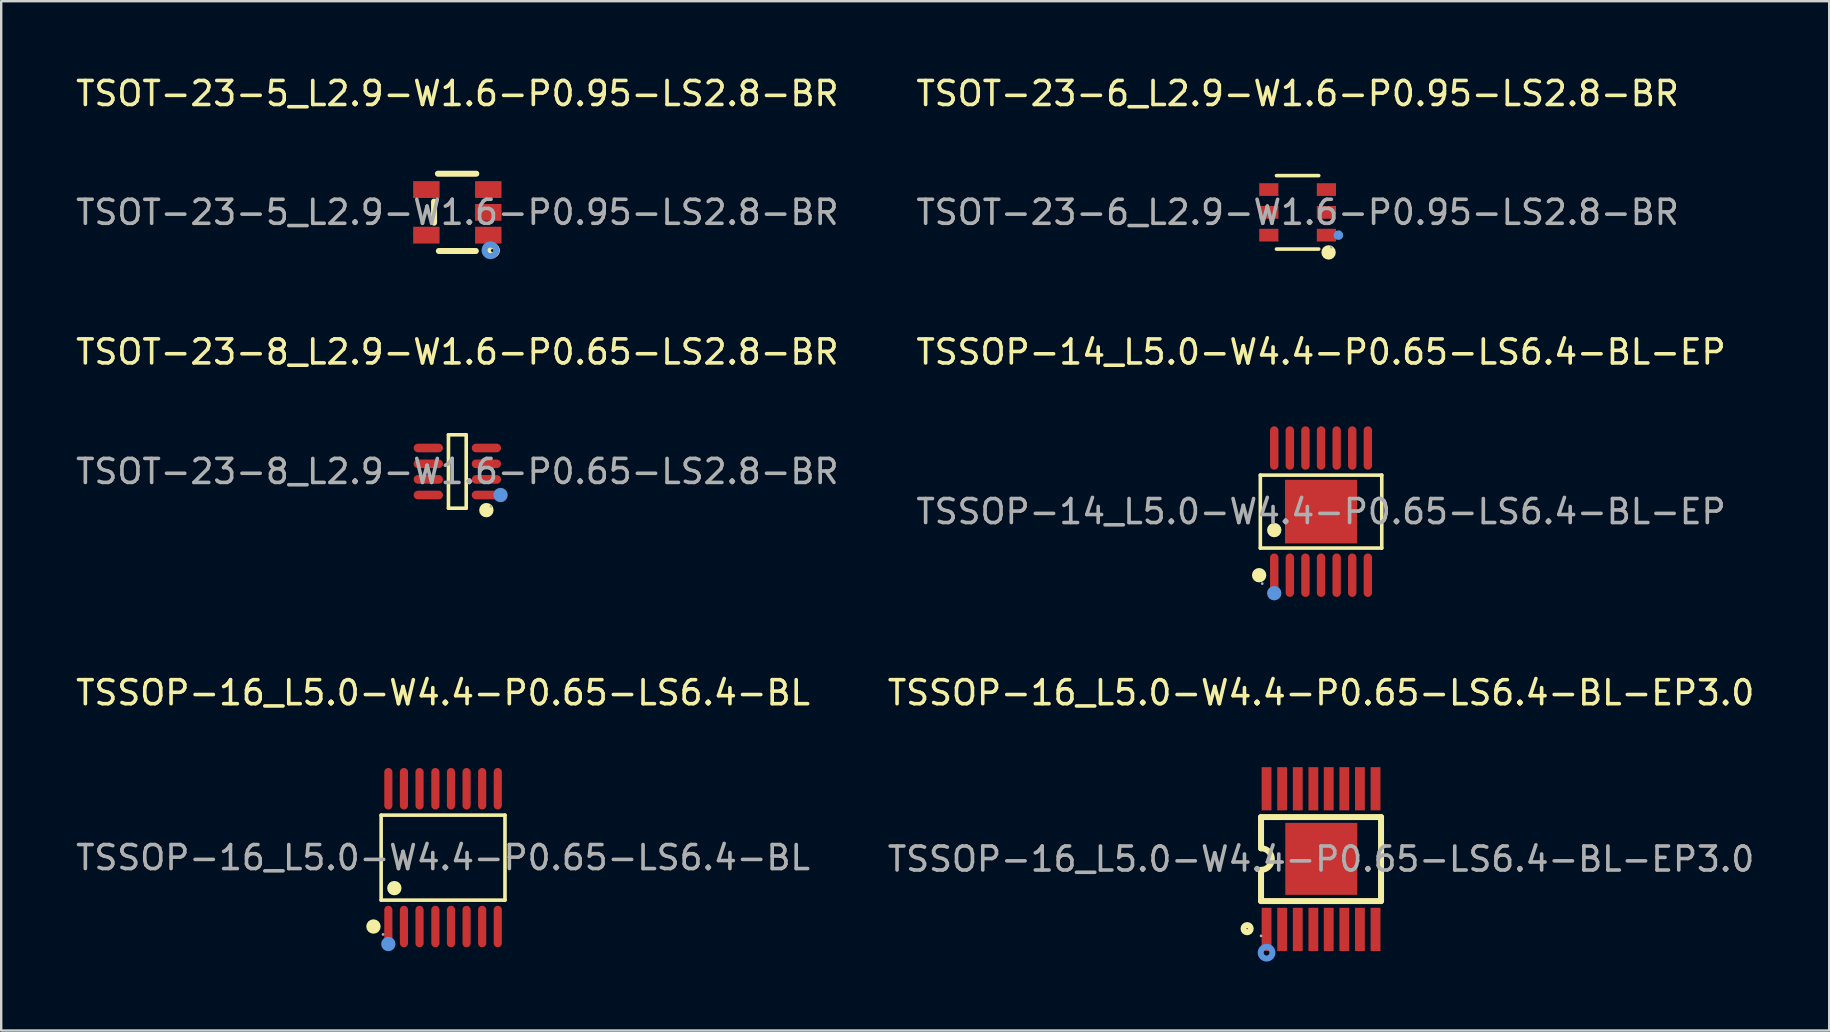
<source format=kicad_pcb>
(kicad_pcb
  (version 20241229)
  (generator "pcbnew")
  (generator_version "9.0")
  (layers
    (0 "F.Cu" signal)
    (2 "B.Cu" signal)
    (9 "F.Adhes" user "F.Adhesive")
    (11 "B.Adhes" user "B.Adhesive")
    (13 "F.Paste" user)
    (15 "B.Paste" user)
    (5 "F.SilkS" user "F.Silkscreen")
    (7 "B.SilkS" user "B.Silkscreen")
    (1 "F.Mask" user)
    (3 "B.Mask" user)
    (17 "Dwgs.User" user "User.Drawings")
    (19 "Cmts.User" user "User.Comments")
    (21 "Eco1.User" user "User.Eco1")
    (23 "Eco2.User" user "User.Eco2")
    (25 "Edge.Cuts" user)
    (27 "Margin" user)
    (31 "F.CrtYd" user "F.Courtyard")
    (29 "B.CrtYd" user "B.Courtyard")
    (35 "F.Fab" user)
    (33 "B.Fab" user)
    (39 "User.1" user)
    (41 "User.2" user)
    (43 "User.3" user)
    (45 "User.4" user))
  (footprint "TSSOP-16_L5.0-W4.4-P0.65-LS6.4-BL-EP3.0"
    (layer "F.Cu")
    (at 51.994 32.745)
    (property "Reference" "TSSOP-16_L5.0-W4.4-P0.65-LS6.4-BL-EP3.0" (at 0 -6.93 0) (layer "F.SilkS") (effects (font (size 1 1) (thickness 0.15))))
    (attr through_hole)
    (fp_line (start -2.5 -1.75) (end -2.5 -0.45) (stroke (width 0.25) (type solid)) (layer "F.SilkS"))
    (fp_line (start -2.5 -1.75) (end 2.5 -1.75) (stroke (width 0.25) (type solid)) (layer "F.SilkS"))
    (fp_line (start -2.5 1.75) (end -2.5 0.45) (stroke (width 0.25) (type solid)) (layer "F.SilkS"))
    (fp_line (start 2.5 -1.75) (end 2.5 1.75) (stroke (width 0.25) (type solid)) (layer "F.SilkS"))
    (fp_line (start 2.5 1.75) (end -2.5 1.75) (stroke (width 0.25) (type solid)) (layer "F.SilkS"))
    (fp_arc (start -2.5 -0.45) (mid -2.05 0) (end -2.5 0.45) (stroke (width 0.25) (type solid)) (layer "F.SilkS"))
    (fp_circle (center -3.08 2.9) (end -2.93 2.9) (stroke (width 0.25) (type solid)) (fill no) (layer "F.SilkS"))
    (fp_circle (center -2.27 3.9) (end -2.15 3.9) (stroke (width 0.25) (type solid)) (fill no) (layer "Cmts.User"))
    (fp_circle (center -2.5 3.2) (end -2.47 3.2) (stroke (width 0.06) (type solid)) (fill no) (layer "F.Fab"))
    (fp_text user "${REFERENCE}" (at 0 0 0) (layer "F.Fab") (effects (font (size 1 1) (thickness 0.15))))
    (pad "1" smd rect (at -2.27 2.93 90) (size 1.8 0.41) (layers "F.Cu" "F.Mask" "F.Paste"))
    (pad "2" smd rect (at -1.62 2.93 90) (size 1.8 0.41) (layers "F.Cu" "F.Mask" "F.Paste"))
    (pad "3" smd rect (at -0.97 2.93 90) (size 1.8 0.41) (layers "F.Cu" "F.Mask" "F.Paste"))
    (pad "4" smd rect (at -0.32 2.93 90) (size 1.8 0.41) (layers "F.Cu" "F.Mask" "F.Paste"))
    (pad "5" smd rect (at 0.32 2.93 90) (size 1.8 0.41) (layers "F.Cu" "F.Mask" "F.Paste"))
    (pad "6" smd rect (at 0.97 2.93 90) (size 1.8 0.41) (layers "F.Cu" "F.Mask" "F.Paste"))
    (pad "7" smd rect (at 1.62 2.93 90) (size 1.8 0.41) (layers "F.Cu" "F.Mask" "F.Paste"))
    (pad "8" smd rect (at 2.27 2.93 90) (size 1.8 0.41) (layers "F.Cu" "F.Mask" "F.Paste"))
    (pad "9" smd rect (at 2.27 -2.93 90) (size 1.8 0.41) (layers "F.Cu" "F.Mask" "F.Paste"))
    (pad "10" smd rect (at 1.62 -2.93 90) (size 1.8 0.41) (layers "F.Cu" "F.Mask" "F.Paste"))
    (pad "11" smd rect (at 0.97 -2.93 90) (size 1.8 0.41) (layers "F.Cu" "F.Mask" "F.Paste"))
    (pad "12" smd rect (at 0.32 -2.93 90) (size 1.8 0.41) (layers "F.Cu" "F.Mask" "F.Paste"))
    (pad "13" smd rect (at -0.32 -2.93 90) (size 1.8 0.41) (layers "F.Cu" "F.Mask" "F.Paste"))
    (pad "14" smd rect (at -0.97 -2.93 90) (size 1.8 0.41) (layers "F.Cu" "F.Mask" "F.Paste"))
    (pad "15" smd rect (at -1.62 -2.93 90) (size 1.8 0.41) (layers "F.Cu" "F.Mask" "F.Paste"))
    (pad "16" smd rect (at -2.27 -2.93 90) (size 1.8 0.41) (layers "F.Cu" "F.Mask" "F.Paste"))
    (pad "17" smd rect (at 0.01 -0.01 90) (size 3 3) (layers "F.Cu" "F.Mask" "F.Paste")))
  (footprint "TSOT-23-8_L2.9-W1.6-P0.65-LS2.8-BR"
    (layer "F.Cu")
    (at 16.006 16.596)
    (property "Reference" "TSOT-23-8_L2.9-W1.6-P0.65-LS2.8-BR" (at 0 -4.98 0) (layer "F.SilkS") (effects (font (size 1 1) (thickness 0.15))))
    (attr through_hole)
    (fp_line (start -0.37 -1.53) (end 0.37 -1.53) (stroke (width 0.15) (type solid)) (layer "F.SilkS"))
    (fp_line (start -0.37 1.53) (end -0.37 -1.53) (stroke (width 0.15) (type solid)) (layer "F.SilkS"))
    (fp_line (start 0.37 -1.53) (end 0.37 1.53) (stroke (width 0.15) (type solid)) (layer "F.SilkS"))
    (fp_line (start 0.37 1.53) (end -0.37 1.53) (stroke (width 0.15) (type solid)) (layer "F.SilkS"))
    (fp_circle (center 1.21 1.61) (end 1.36 1.61) (stroke (width 0.3) (type solid)) (fill no) (layer "F.SilkS"))
    (fp_circle (center 1.8 0.98) (end 1.95 0.98) (stroke (width 0.3) (type solid)) (fill no) (layer "Cmts.User"))
    (fp_circle (center 1.4 1.45) (end 1.43 1.45) (stroke (width 0.06) (type solid)) (fill no) (layer "F.Fab"))
    (fp_text user "${REFERENCE}" (at 0 0 0) (layer "F.Fab") (effects (font (size 1 1) (thickness 0.15))))
    (pad "1" smd oval (at 1.21 0.98) (size 1.22 0.36) (layers "F.Cu" "F.Mask" "F.Paste"))
    (pad "2" smd oval (at 1.21 0.33) (size 1.22 0.36) (layers "F.Cu" "F.Mask" "F.Paste"))
    (pad "3" smd oval (at 1.21 -0.32) (size 1.22 0.36) (layers "F.Cu" "F.Mask" "F.Paste"))
    (pad "4" smd oval (at 1.21 -0.98) (size 1.22 0.36) (layers "F.Cu" "F.Mask" "F.Paste"))
    (pad "5" smd oval (at -1.21 -0.98) (size 1.22 0.36) (layers "F.Cu" "F.Mask" "F.Paste"))
    (pad "6" smd oval (at -1.21 -0.32) (size 1.22 0.36) (layers "F.Cu" "F.Mask" "F.Paste"))
    (pad "7" smd oval (at -1.21 0.33) (size 1.22 0.36) (layers "F.Cu" "F.Mask" "F.Paste"))
    (pad "8" smd oval (at -1.21 0.98) (size 1.22 0.36) (layers "F.Cu" "F.Mask" "F.Paste")))
  (footprint "TSSOP-16_L5.0-W4.4-P0.65-LS6.4-BL"
    (layer "F.Cu")
    (at 15.411 32.685)
    (property "Reference" "TSSOP-16_L5.0-W4.4-P0.65-LS6.4-BL" (at 0 -6.87 0) (layer "F.SilkS") (effects (font (size 1 1) (thickness 0.15))))
    (attr through_hole)
    (fp_line (start -2.58 -1.77) (end 2.58 -1.77) (stroke (width 0.15) (type solid)) (layer "F.SilkS"))
    (fp_line (start -2.58 1.77) (end -2.58 -1.77) (stroke (width 0.15) (type solid)) (layer "F.SilkS"))
    (fp_line (start 2.58 -1.77) (end 2.58 1.77) (stroke (width 0.15) (type solid)) (layer "F.SilkS"))
    (fp_line (start 2.58 1.77) (end -2.58 1.77) (stroke (width 0.15) (type solid)) (layer "F.SilkS"))
    (fp_circle (center -2.9 2.87) (end -2.75 2.87) (stroke (width 0.3) (type solid)) (fill no) (layer "F.SilkS"))
    (fp_circle (center -2.03 1.27) (end -1.88 1.27) (stroke (width 0.3) (type solid)) (fill no) (layer "F.SilkS"))
    (fp_circle (center -2.28 3.6) (end -2.13 3.6) (stroke (width 0.3) (type solid)) (fill no) (layer "Cmts.User"))
    (fp_circle (center -2.5 3.2) (end -2.47 3.2) (stroke (width 0.06) (type solid)) (fill no) (layer "F.Fab"))
    (fp_text user "${REFERENCE}" (at 0 0 0) (layer "F.Fab") (effects (font (size 1 1) (thickness 0.15))))
    (pad "1" smd oval (at -2.28 2.87) (size 0.34 1.73) (layers "F.Cu" "F.Mask" "F.Paste"))
    (pad "2" smd oval (at -1.63 2.87) (size 0.34 1.73) (layers "F.Cu" "F.Mask" "F.Paste"))
    (pad "3" smd oval (at -0.98 2.87) (size 0.34 1.73) (layers "F.Cu" "F.Mask" "F.Paste"))
    (pad "4" smd oval (at -0.32 2.87) (size 0.34 1.73) (layers "F.Cu" "F.Mask" "F.Paste"))
    (pad "5" smd oval (at 0.33 2.87) (size 0.34 1.73) (layers "F.Cu" "F.Mask" "F.Paste"))
    (pad "6" smd oval (at 0.98 2.87) (size 0.34 1.73) (layers "F.Cu" "F.Mask" "F.Paste"))
    (pad "7" smd oval (at 1.63 2.87) (size 0.34 1.73) (layers "F.Cu" "F.Mask" "F.Paste"))
    (pad "8" smd oval (at 2.28 2.87) (size 0.34 1.73) (layers "F.Cu" "F.Mask" "F.Paste"))
    (pad "9" smd oval (at 2.28 -2.87) (size 0.34 1.73) (layers "F.Cu" "F.Mask" "F.Paste"))
    (pad "10" smd oval (at 1.63 -2.87) (size 0.34 1.73) (layers "F.Cu" "F.Mask" "F.Paste"))
    (pad "11" smd oval (at 0.98 -2.87) (size 0.34 1.73) (layers "F.Cu" "F.Mask" "F.Paste"))
    (pad "12" smd oval (at 0.33 -2.87) (size 0.34 1.73) (layers "F.Cu" "F.Mask" "F.Paste"))
    (pad "13" smd oval (at -0.32 -2.87) (size 0.34 1.73) (layers "F.Cu" "F.Mask" "F.Paste"))
    (pad "14" smd oval (at -0.98 -2.87) (size 0.34 1.73) (layers "F.Cu" "F.Mask" "F.Paste"))
    (pad "15" smd oval (at -1.63 -2.87) (size 0.34 1.73) (layers "F.Cu" "F.Mask" "F.Paste"))
    (pad "16" smd oval (at -2.28 -2.87) (size 0.34 1.73) (layers "F.Cu" "F.Mask" "F.Paste")))
  (footprint "TSOT-23-5_L2.9-W1.6-P0.95-LS2.8-BR"
    (layer "F.Cu")
    (at 16.006 5.798)
    (property "Reference" "TSOT-23-5_L2.9-W1.6-P0.95-LS2.8-BR" (at 0 -4.95 0) (layer "F.SilkS") (effects (font (size 1 1) (thickness 0.15))))
    (attr through_hole)
    (fp_line (start -0.97 0.43) (end -0.97 -0.45) (stroke (width 0.25) (type solid)) (layer "F.SilkS"))
    (fp_line (start -0.81 -1.61) (end 0.79 -1.61) (stroke (width 0.25) (type solid)) (layer "F.SilkS"))
    (fp_line (start -0.77 1.61) (end 0.77 1.61) (stroke (width 0.25) (type solid)) (layer "F.SilkS"))
    (fp_circle (center 1.46 1.59) (end 1.52 1.59) (stroke (width 0.25) (type solid)) (fill no) (layer "F.SilkS"))
    (fp_circle (center 1.38 1.58) (end 1.5 1.58) (stroke (width 0.25) (type solid)) (fill no) (layer "Cmts.User"))
    (fp_circle (center 1.4 1.45) (end 1.43 1.45) (stroke (width 0.06) (type solid)) (fill no) (layer "F.Fab"))
    (fp_text user "${REFERENCE}" (at 0 0 0) (layer "F.Fab") (effects (font (size 1 1) (thickness 0.15))))
    (pad "1" smd rect (at 1.29 0.95) (size 1.1 0.7) (layers "F.Cu" "F.Mask" "F.Paste"))
    (pad "2" smd rect (at 1.29 0) (size 1.1 0.7) (layers "F.Cu" "F.Mask" "F.Paste"))
    (pad "3" smd rect (at 1.29 -0.95) (size 1.1 0.7) (layers "F.Cu" "F.Mask" "F.Paste"))
    (pad "4" smd rect (at -1.29 -0.95 180) (size 1.1 0.7) (layers "F.Cu" "F.Mask" "F.Paste"))
    (pad "5" smd rect (at -1.29 0.95 180) (size 1.1 0.7) (layers "F.Cu" "F.Mask" "F.Paste")))
  (footprint "TSOT-23-6_L2.9-W1.6-P0.95-LS2.8-BR"
    (layer "F.Cu")
    (at 51.018 5.798)
    (property "Reference" "TSOT-23-6_L2.9-W1.6-P0.95-LS2.8-BR" (at 0 -4.95 0) (layer "F.SilkS") (effects (font (size 1 1) (thickness 0.15))))
    (attr through_hole)
    (fp_line (start 0.88 -1.53) (end -0.88 -1.53) (stroke (width 0.15) (type solid)) (layer "F.SilkS"))
    (fp_line (start 0.88 1.53) (end -0.88 1.53) (stroke (width 0.15) (type solid)) (layer "F.SilkS"))
    (fp_circle (center 1.29 1.67) (end 1.44 1.67) (stroke (width 0.3) (type solid)) (fill no) (layer "F.SilkS"))
    (fp_circle (center 1.7 0.95) (end 1.8 0.95) (stroke (width 0.2) (type solid)) (fill no) (layer "Cmts.User"))
    (fp_circle (center 1.4 1.45) (end 1.43 1.45) (stroke (width 0.06) (type solid)) (fill no) (layer "F.Fab"))
    (fp_text user "${REFERENCE}" (at 0 0 0) (layer "F.Fab") (effects (font (size 1 1) (thickness 0.15))))
    (pad "1" smd rect (at 1.2 0.95) (size 0.8 0.53) (layers "F.Cu" "F.Mask" "F.Paste"))
    (pad "2" smd rect (at 1.2 0) (size 0.8 0.53) (layers "F.Cu" "F.Mask" "F.Paste"))
    (pad "3" smd rect (at 1.2 -0.95) (size 0.8 0.53) (layers "F.Cu" "F.Mask" "F.Paste"))
    (pad "4" smd rect (at -1.2 -0.95) (size 0.8 0.53) (layers "F.Cu" "F.Mask" "F.Paste"))
    (pad "5" smd rect (at -1.2 0) (size 0.8 0.53) (layers "F.Cu" "F.Mask" "F.Paste"))
    (pad "6" smd rect (at -1.2 0.95) (size 0.8 0.53) (layers "F.Cu" "F.Mask" "F.Paste")))
  (footprint "TSSOP-14_L5.0-W4.4-P0.65-LS6.4-BL-EP"
    (layer "F.Cu")
    (at 51.994 18.267)
    (property "Reference" "TSSOP-14_L5.0-W4.4-P0.65-LS6.4-BL-EP" (at 0 -6.65 0) (layer "F.SilkS") (effects (font (size 1 1) (thickness 0.15))))
    (attr through_hole)
    (fp_line (start -2.53 -1.52) (end 2.53 -1.52) (stroke (width 0.15) (type solid)) (layer "F.SilkS"))
    (fp_line (start -2.53 1.52) (end -2.53 -1.52) (stroke (width 0.15) (type solid)) (layer "F.SilkS"))
    (fp_line (start 2.53 -1.52) (end 2.53 1.52) (stroke (width 0.15) (type solid)) (layer "F.SilkS"))
    (fp_line (start 2.53 1.52) (end -2.53 1.52) (stroke (width 0.15) (type solid)) (layer "F.SilkS"))
    (fp_circle (center -2.58 2.65) (end -2.43 2.65) (stroke (width 0.3) (type solid)) (fill no) (layer "F.SilkS"))
    (fp_circle (center -1.95 0.77) (end -1.8 0.77) (stroke (width 0.3) (type solid)) (fill no) (layer "F.SilkS"))
    (fp_circle (center -1.95 3.4) (end -1.8 3.4) (stroke (width 0.3) (type solid)) (fill no) (layer "Cmts.User"))
    (fp_circle (center -2.45 3) (end -2.42 3) (stroke (width 0.06) (type solid)) (fill no) (layer "F.Fab"))
    (fp_text user "${REFERENCE}" (at 0 0 0) (layer "F.Fab") (effects (font (size 1 1) (thickness 0.15))))
    (pad "1" smd oval (at -1.95 2.65) (size 0.35 1.81) (layers "F.Cu" "F.Mask" "F.Paste"))
    (pad "2" smd oval (at -1.3 2.65) (size 0.35 1.81) (layers "F.Cu" "F.Mask" "F.Paste"))
    (pad "3" smd oval (at -0.65 2.65) (size 0.35 1.81) (layers "F.Cu" "F.Mask" "F.Paste"))
    (pad "4" smd oval (at 0 2.65) (size 0.35 1.81) (layers "F.Cu" "F.Mask" "F.Paste"))
    (pad "5" smd oval (at 0.65 2.65) (size 0.35 1.81) (layers "F.Cu" "F.Mask" "F.Paste"))
    (pad "6" smd oval (at 1.3 2.65) (size 0.35 1.81) (layers "F.Cu" "F.Mask" "F.Paste"))
    (pad "7" smd oval (at 1.95 2.65) (size 0.35 1.81) (layers "F.Cu" "F.Mask" "F.Paste"))
    (pad "8" smd oval (at 1.95 -2.65) (size 0.35 1.81) (layers "F.Cu" "F.Mask" "F.Paste"))
    (pad "9" smd oval (at 1.3 -2.65) (size 0.35 1.81) (layers "F.Cu" "F.Mask" "F.Paste"))
    (pad "10" smd oval (at 0.65 -2.65) (size 0.35 1.81) (layers "F.Cu" "F.Mask" "F.Paste"))
    (pad "11" smd oval (at 0 -2.65) (size 0.35 1.81) (layers "F.Cu" "F.Mask" "F.Paste"))
    (pad "12" smd oval (at -0.65 -2.65) (size 0.35 1.81) (layers "F.Cu" "F.Mask" "F.Paste"))
    (pad "13" smd oval (at -1.3 -2.65) (size 0.35 1.81) (layers "F.Cu" "F.Mask" "F.Paste"))
    (pad "14" smd oval (at -1.95 -2.65) (size 0.35 1.81) (layers "F.Cu" "F.Mask" "F.Paste"))
    (pad "15" smd rect (at 0 0) (size 3 2.65) (layers "F.Cu" "F.Mask" "F.Paste")))
  (gr_rect
    (start -3 -3)
    (end 73.167 39.89)
    (stroke (width 0.1) (type default))
    (fill no)
    (layer "Edge.Cuts")))
</source>
